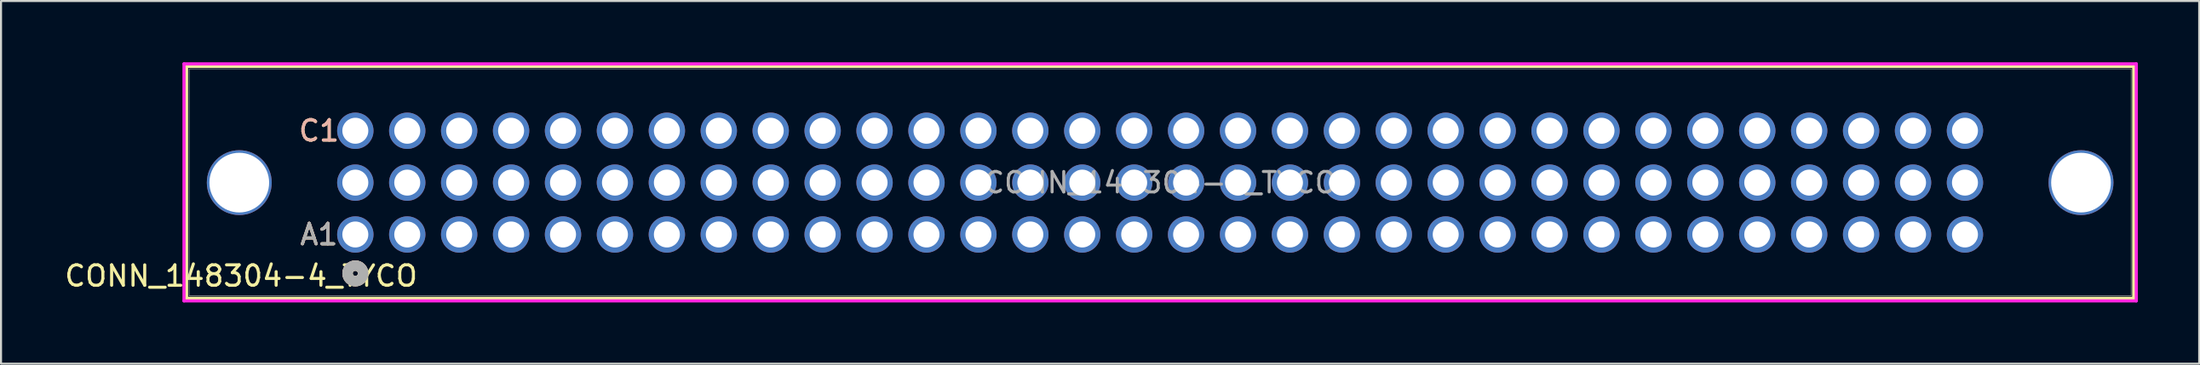
<source format=kicad_pcb>
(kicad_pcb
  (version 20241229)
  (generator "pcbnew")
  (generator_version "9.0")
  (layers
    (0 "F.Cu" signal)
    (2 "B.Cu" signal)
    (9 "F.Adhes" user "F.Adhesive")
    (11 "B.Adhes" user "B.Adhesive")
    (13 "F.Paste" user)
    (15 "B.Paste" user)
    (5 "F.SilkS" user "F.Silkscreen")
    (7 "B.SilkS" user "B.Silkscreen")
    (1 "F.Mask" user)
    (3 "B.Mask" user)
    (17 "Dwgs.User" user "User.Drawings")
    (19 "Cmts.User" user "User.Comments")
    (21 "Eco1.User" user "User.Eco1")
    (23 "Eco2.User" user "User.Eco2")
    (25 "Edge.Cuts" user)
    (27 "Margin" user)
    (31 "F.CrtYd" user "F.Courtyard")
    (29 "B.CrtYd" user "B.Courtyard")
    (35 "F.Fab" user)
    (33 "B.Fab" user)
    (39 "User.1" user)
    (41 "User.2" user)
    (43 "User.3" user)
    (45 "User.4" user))
  (footprint "CONN_148304-4_TYCO"
    (layer "F.Cu")
    (at 14.332 8.433)
    (property "Reference" "CONN_148304-4_TYCO" (at -5.588 2.032 0) (unlocked yes) (layer "F.SilkS") (effects (font (size 1 1) (thickness 0.15))))
    (attr through_hole)
    (fp_line (start -8.255 -8.23) (end -8.255 3.124) (stroke (width 0.152) (type solid)) (layer "F.SilkS"))
    (fp_line (start -8.255 3.124) (end 86.995 3.124) (stroke (width 0.152) (type solid)) (layer "F.SilkS"))
    (fp_line (start 86.995 -8.23) (end -8.255 -8.23) (stroke (width 0.152) (type solid)) (layer "F.SilkS"))
    (fp_line (start 86.995 3.124) (end 86.995 -8.23) (stroke (width 0.152) (type solid)) (layer "F.SilkS"))
    (fp_circle (center 0 1.905) (end 0.381 1.905) (stroke (width 0.508) (type solid)) (fill no) (layer "F.SilkS"))
    (fp_circle (center 0 1.905) (end 0.381 1.905) (stroke (width 0.508) (type solid)) (fill no) (layer "B.SilkS"))
    (fp_line (start -8.382 -8.357) (end -8.382 3.251) (stroke (width 0.152) (type solid)) (layer "F.CrtYd"))
    (fp_line (start -8.382 3.251) (end 87.122 3.251) (stroke (width 0.152) (type solid)) (layer "F.CrtYd"))
    (fp_line (start 87.122 -8.357) (end -8.382 -8.357) (stroke (width 0.152) (type solid)) (layer "F.CrtYd"))
    (fp_line (start 87.122 3.251) (end 87.122 -8.357) (stroke (width 0.152) (type solid)) (layer "F.CrtYd"))
    (fp_line (start -8.128 -8.103) (end -8.128 2.997) (stroke (width 0.025) (type solid)) (layer "F.Fab"))
    (fp_line (start -8.128 2.997) (end 86.868 2.997) (stroke (width 0.025) (type solid)) (layer "F.Fab"))
    (fp_line (start 86.868 -8.103) (end -8.128 -8.103) (stroke (width 0.025) (type solid)) (layer "F.Fab"))
    (fp_line (start 86.868 2.997) (end 86.868 -8.103) (stroke (width 0.025) (type solid)) (layer "F.Fab"))
    (fp_circle (center 0 1.905) (end 0.381 1.905) (stroke (width 0.508) (type solid)) (fill no) (layer "F.Fab"))
    (fp_text user "A1" (at -1.778 0 0) (unlocked yes) (layer "F.SilkS") (effects (font (size 1 1) (thickness 0.15))))
    (fp_text user "C1" (at -1.778 -5.08 0) (unlocked yes) (layer "F.SilkS") (effects (font (size 1 1) (thickness 0.15))))
    (fp_text user "C1" (at -1.778 -5.08 0) (unlocked yes) (layer "B.SilkS") (effects (font (size 1 1) (thickness 0.15))))
    (fp_text user "A1" (at -1.778 0 0) (unlocked yes) (layer "B.SilkS") (effects (font (size 1 1) (thickness 0.15))))
    (fp_text user "${REFERENCE}" (at 39.37 -2.54 0) (unlocked yes) (layer "F.Fab") (effects (font (size 1 1) (thickness 0.15))))
    (fp_text user "A1" (at -1.778 0 0) (unlocked yes) (layer "F.Fab") (effects (font (size 1 1) (thickness 0.15))))
    (pad "A1" thru_hole circle (at 0 0) (size 1.778 1.778) (drill 1.27) (layers "*.Cu" "*.Mask"))
    (pad "A2" thru_hole circle (at 2.54 0) (size 1.778 1.778) (drill 1.27) (layers "*.Cu" "*.Mask"))
    (pad "A3" thru_hole circle (at 5.08 0) (size 1.778 1.778) (drill 1.27) (layers "*.Cu" "*.Mask"))
    (pad "A4" thru_hole circle (at 7.62 0) (size 1.778 1.778) (drill 1.27) (layers "*.Cu" "*.Mask"))
    (pad "A5" thru_hole circle (at 10.16 0) (size 1.778 1.778) (drill 1.27) (layers "*.Cu" "*.Mask"))
    (pad "A6" thru_hole circle (at 12.7 0) (size 1.778 1.778) (drill 1.27) (layers "*.Cu" "*.Mask"))
    (pad "A7" thru_hole circle (at 15.24 0) (size 1.778 1.778) (drill 1.27) (layers "*.Cu" "*.Mask"))
    (pad "A8" thru_hole circle (at 17.78 0) (size 1.778 1.778) (drill 1.27) (layers "*.Cu" "*.Mask"))
    (pad "A9" thru_hole circle (at 20.32 0) (size 1.778 1.778) (drill 1.27) (layers "*.Cu" "*.Mask"))
    (pad "A10" thru_hole circle (at 22.86 0) (size 1.778 1.778) (drill 1.27) (layers "*.Cu" "*.Mask"))
    (pad "A11" thru_hole circle (at 25.4 0) (size 1.778 1.778) (drill 1.27) (layers "*.Cu" "*.Mask"))
    (pad "A12" thru_hole circle (at 27.94 0) (size 1.778 1.778) (drill 1.27) (layers "*.Cu" "*.Mask"))
    (pad "A13" thru_hole circle (at 30.48 0) (size 1.778 1.778) (drill 1.27) (layers "*.Cu" "*.Mask"))
    (pad "A14" thru_hole circle (at 33.02 0) (size 1.778 1.778) (drill 1.27) (layers "*.Cu" "*.Mask"))
    (pad "A15" thru_hole circle (at 35.56 0) (size 1.778 1.778) (drill 1.27) (layers "*.Cu" "*.Mask"))
    (pad "A16" thru_hole circle (at 38.1 0) (size 1.778 1.778) (drill 1.27) (layers "*.Cu" "*.Mask"))
    (pad "A17" thru_hole circle (at 40.64 0) (size 1.778 1.778) (drill 1.27) (layers "*.Cu" "*.Mask"))
    (pad "A18" thru_hole circle (at 43.18 0) (size 1.778 1.778) (drill 1.27) (layers "*.Cu" "*.Mask"))
    (pad "A19" thru_hole circle (at 45.72 0) (size 1.778 1.778) (drill 1.27) (layers "*.Cu" "*.Mask"))
    (pad "A20" thru_hole circle (at 48.26 0) (size 1.778 1.778) (drill 1.27) (layers "*.Cu" "*.Mask"))
    (pad "A21" thru_hole circle (at 50.8 0) (size 1.778 1.778) (drill 1.27) (layers "*.Cu" "*.Mask"))
    (pad "A22" thru_hole circle (at 53.34 0) (size 1.778 1.778) (drill 1.27) (layers "*.Cu" "*.Mask"))
    (pad "A23" thru_hole circle (at 55.88 0) (size 1.778 1.778) (drill 1.27) (layers "*.Cu" "*.Mask"))
    (pad "A24" thru_hole circle (at 58.42 0) (size 1.778 1.778) (drill 1.27) (layers "*.Cu" "*.Mask"))
    (pad "A25" thru_hole circle (at 60.96 0) (size 1.778 1.778) (drill 1.27) (layers "*.Cu" "*.Mask"))
    (pad "A26" thru_hole circle (at 63.5 0) (size 1.778 1.778) (drill 1.27) (layers "*.Cu" "*.Mask"))
    (pad "A27" thru_hole circle (at 66.04 0) (size 1.778 1.778) (drill 1.27) (layers "*.Cu" "*.Mask"))
    (pad "A28" thru_hole circle (at 68.58 0) (size 1.778 1.778) (drill 1.27) (layers "*.Cu" "*.Mask"))
    (pad "A29" thru_hole circle (at 71.12 0) (size 1.778 1.778) (drill 1.27) (layers "*.Cu" "*.Mask"))
    (pad "A30" thru_hole circle (at 73.66 0) (size 1.778 1.778) (drill 1.27) (layers "*.Cu" "*.Mask"))
    (pad "A31" thru_hole circle (at 76.2 0) (size 1.778 1.778) (drill 1.27) (layers "*.Cu" "*.Mask"))
    (pad "A32" thru_hole circle (at 78.74 0) (size 1.778 1.778) (drill 1.27) (layers "*.Cu" "*.Mask"))
    (pad "B1" thru_hole circle (at 0 -2.54) (size 1.778 1.778) (drill 1.27) (layers "*.Cu" "*.Mask"))
    (pad "B2" thru_hole circle (at 2.54 -2.54) (size 1.778 1.778) (drill 1.27) (layers "*.Cu" "*.Mask"))
    (pad "B3" thru_hole circle (at 5.08 -2.54) (size 1.778 1.778) (drill 1.27) (layers "*.Cu" "*.Mask"))
    (pad "B4" thru_hole circle (at 7.62 -2.54) (size 1.778 1.778) (drill 1.27) (layers "*.Cu" "*.Mask"))
    (pad "B5" thru_hole circle (at 10.16 -2.54) (size 1.778 1.778) (drill 1.27) (layers "*.Cu" "*.Mask"))
    (pad "B6" thru_hole circle (at 12.7 -2.54) (size 1.778 1.778) (drill 1.27) (layers "*.Cu" "*.Mask"))
    (pad "B7" thru_hole circle (at 15.24 -2.54) (size 1.778 1.778) (drill 1.27) (layers "*.Cu" "*.Mask"))
    (pad "B8" thru_hole circle (at 17.78 -2.54) (size 1.778 1.778) (drill 1.27) (layers "*.Cu" "*.Mask"))
    (pad "B9" thru_hole circle (at 20.32 -2.54) (size 1.778 1.778) (drill 1.27) (layers "*.Cu" "*.Mask"))
    (pad "B10" thru_hole circle (at 22.86 -2.54) (size 1.778 1.778) (drill 1.27) (layers "*.Cu" "*.Mask"))
    (pad "B11" thru_hole circle (at 25.4 -2.54) (size 1.778 1.778) (drill 1.27) (layers "*.Cu" "*.Mask"))
    (pad "B12" thru_hole circle (at 27.94 -2.54) (size 1.778 1.778) (drill 1.27) (layers "*.Cu" "*.Mask"))
    (pad "B13" thru_hole circle (at 30.48 -2.54) (size 1.778 1.778) (drill 1.27) (layers "*.Cu" "*.Mask"))
    (pad "B14" thru_hole circle (at 33.02 -2.54) (size 1.778 1.778) (drill 1.27) (layers "*.Cu" "*.Mask"))
    (pad "B15" thru_hole circle (at 35.56 -2.54) (size 1.778 1.778) (drill 1.27) (layers "*.Cu" "*.Mask"))
    (pad "B16" thru_hole circle (at 38.1 -2.54) (size 1.778 1.778) (drill 1.27) (layers "*.Cu" "*.Mask"))
    (pad "B17" thru_hole circle (at 40.64 -2.54) (size 1.778 1.778) (drill 1.27) (layers "*.Cu" "*.Mask"))
    (pad "B18" thru_hole circle (at 43.18 -2.54) (size 1.778 1.778) (drill 1.27) (layers "*.Cu" "*.Mask"))
    (pad "B19" thru_hole circle (at 45.72 -2.54) (size 1.778 1.778) (drill 1.27) (layers "*.Cu" "*.Mask"))
    (pad "B20" thru_hole circle (at 48.26 -2.54) (size 1.778 1.778) (drill 1.27) (layers "*.Cu" "*.Mask"))
    (pad "B21" thru_hole circle (at 50.8 -2.54) (size 1.778 1.778) (drill 1.27) (layers "*.Cu" "*.Mask"))
    (pad "B22" thru_hole circle (at 53.34 -2.54) (size 1.778 1.778) (drill 1.27) (layers "*.Cu" "*.Mask"))
    (pad "B23" thru_hole circle (at 55.88 -2.54) (size 1.778 1.778) (drill 1.27) (layers "*.Cu" "*.Mask"))
    (pad "B24" thru_hole circle (at 58.42 -2.54) (size 1.778 1.778) (drill 1.27) (layers "*.Cu" "*.Mask"))
    (pad "B25" thru_hole circle (at 60.96 -2.54) (size 1.778 1.778) (drill 1.27) (layers "*.Cu" "*.Mask"))
    (pad "B26" thru_hole circle (at 63.5 -2.54) (size 1.778 1.778) (drill 1.27) (layers "*.Cu" "*.Mask"))
    (pad "B27" thru_hole circle (at 66.04 -2.54) (size 1.778 1.778) (drill 1.27) (layers "*.Cu" "*.Mask"))
    (pad "B28" thru_hole circle (at 68.58 -2.54) (size 1.778 1.778) (drill 1.27) (layers "*.Cu" "*.Mask"))
    (pad "B29" thru_hole circle (at 71.12 -2.54) (size 1.778 1.778) (drill 1.27) (layers "*.Cu" "*.Mask"))
    (pad "B30" thru_hole circle (at 73.66 -2.54) (size 1.778 1.778) (drill 1.27) (layers "*.Cu" "*.Mask"))
    (pad "B31" thru_hole circle (at 76.2 -2.54) (size 1.778 1.778) (drill 1.27) (layers "*.Cu" "*.Mask"))
    (pad "B32" thru_hole circle (at 78.74 -2.54) (size 1.778 1.778) (drill 1.27) (layers "*.Cu" "*.Mask"))
    (pad "C1" thru_hole circle (at 0 -5.08) (size 1.778 1.778) (drill 1.27) (layers "*.Cu" "*.Mask"))
    (pad "C2" thru_hole circle (at 2.54 -5.08) (size 1.778 1.778) (drill 1.27) (layers "*.Cu" "*.Mask"))
    (pad "C3" thru_hole circle (at 5.08 -5.08) (size 1.778 1.778) (drill 1.27) (layers "*.Cu" "*.Mask"))
    (pad "C4" thru_hole circle (at 7.62 -5.08) (size 1.778 1.778) (drill 1.27) (layers "*.Cu" "*.Mask"))
    (pad "C5" thru_hole circle (at 10.16 -5.08) (size 1.778 1.778) (drill 1.27) (layers "*.Cu" "*.Mask"))
    (pad "C6" thru_hole circle (at 12.7 -5.08) (size 1.778 1.778) (drill 1.27) (layers "*.Cu" "*.Mask"))
    (pad "C7" thru_hole circle (at 15.24 -5.08) (size 1.778 1.778) (drill 1.27) (layers "*.Cu" "*.Mask"))
    (pad "C8" thru_hole circle (at 17.78 -5.08) (size 1.778 1.778) (drill 1.27) (layers "*.Cu" "*.Mask"))
    (pad "C9" thru_hole circle (at 20.32 -5.08) (size 1.778 1.778) (drill 1.27) (layers "*.Cu" "*.Mask"))
    (pad "C10" thru_hole circle (at 22.86 -5.08) (size 1.778 1.778) (drill 1.27) (layers "*.Cu" "*.Mask"))
    (pad "C11" thru_hole circle (at 25.4 -5.08) (size 1.778 1.778) (drill 1.27) (layers "*.Cu" "*.Mask"))
    (pad "C12" thru_hole circle (at 27.94 -5.08) (size 1.778 1.778) (drill 1.27) (layers "*.Cu" "*.Mask"))
    (pad "C13" thru_hole circle (at 30.48 -5.08) (size 1.778 1.778) (drill 1.27) (layers "*.Cu" "*.Mask"))
    (pad "C14" thru_hole circle (at 33.02 -5.08) (size 1.778 1.778) (drill 1.27) (layers "*.Cu" "*.Mask"))
    (pad "C15" thru_hole circle (at 35.56 -5.08) (size 1.778 1.778) (drill 1.27) (layers "*.Cu" "*.Mask"))
    (pad "C16" thru_hole circle (at 38.1 -5.08) (size 1.778 1.778) (drill 1.27) (layers "*.Cu" "*.Mask"))
    (pad "C17" thru_hole circle (at 40.64 -5.08) (size 1.778 1.778) (drill 1.27) (layers "*.Cu" "*.Mask"))
    (pad "C18" thru_hole circle (at 43.18 -5.08) (size 1.778 1.778) (drill 1.27) (layers "*.Cu" "*.Mask"))
    (pad "C19" thru_hole circle (at 45.72 -5.08) (size 1.778 1.778) (drill 1.27) (layers "*.Cu" "*.Mask"))
    (pad "C20" thru_hole circle (at 48.26 -5.08) (size 1.778 1.778) (drill 1.27) (layers "*.Cu" "*.Mask"))
    (pad "C21" thru_hole circle (at 50.8 -5.08) (size 1.778 1.778) (drill 1.27) (layers "*.Cu" "*.Mask"))
    (pad "C22" thru_hole circle (at 53.34 -5.08) (size 1.778 1.778) (drill 1.27) (layers "*.Cu" "*.Mask"))
    (pad "C23" thru_hole circle (at 55.88 -5.08) (size 1.778 1.778) (drill 1.27) (layers "*.Cu" "*.Mask"))
    (pad "C24" thru_hole circle (at 58.42 -5.08) (size 1.778 1.778) (drill 1.27) (layers "*.Cu" "*.Mask"))
    (pad "C25" thru_hole circle (at 60.96 -5.08) (size 1.778 1.778) (drill 1.27) (layers "*.Cu" "*.Mask"))
    (pad "C26" thru_hole circle (at 63.5 -5.08) (size 1.778 1.778) (drill 1.27) (layers "*.Cu" "*.Mask"))
    (pad "C27" thru_hole circle (at 66.04 -5.08) (size 1.778 1.778) (drill 1.27) (layers "*.Cu" "*.Mask"))
    (pad "C28" thru_hole circle (at 68.58 -5.08) (size 1.778 1.778) (drill 1.27) (layers "*.Cu" "*.Mask"))
    (pad "C29" thru_hole circle (at 71.12 -5.08) (size 1.778 1.778) (drill 1.27) (layers "*.Cu" "*.Mask"))
    (pad "C30" thru_hole circle (at 73.66 -5.08) (size 1.778 1.778) (drill 1.27) (layers "*.Cu" "*.Mask"))
    (pad "C31" thru_hole circle (at 76.2 -5.08) (size 1.778 1.778) (drill 1.27) (layers "*.Cu" "*.Mask"))
    (pad "C32" thru_hole circle (at 78.74 -5.08) (size 1.778 1.778) (drill 1.27) (layers "*.Cu" "*.Mask"))
    (pad "M" thru_hole circle (at -5.677 -2.54) (size 3.175 3.175) (drill 2.921) (layers "*.Cu" "*.Mask"))
    (pad "M" thru_hole circle (at 84.417 -2.54) (size 3.175 3.175) (drill 2.921) (layers "*.Cu" "*.Mask")))
  (gr_rect
    (start -3 -3)
    (end 104.53 14.76)
    (stroke (width 0.1) (type default))
    (fill no)
    (layer "Edge.Cuts")))
</source>
